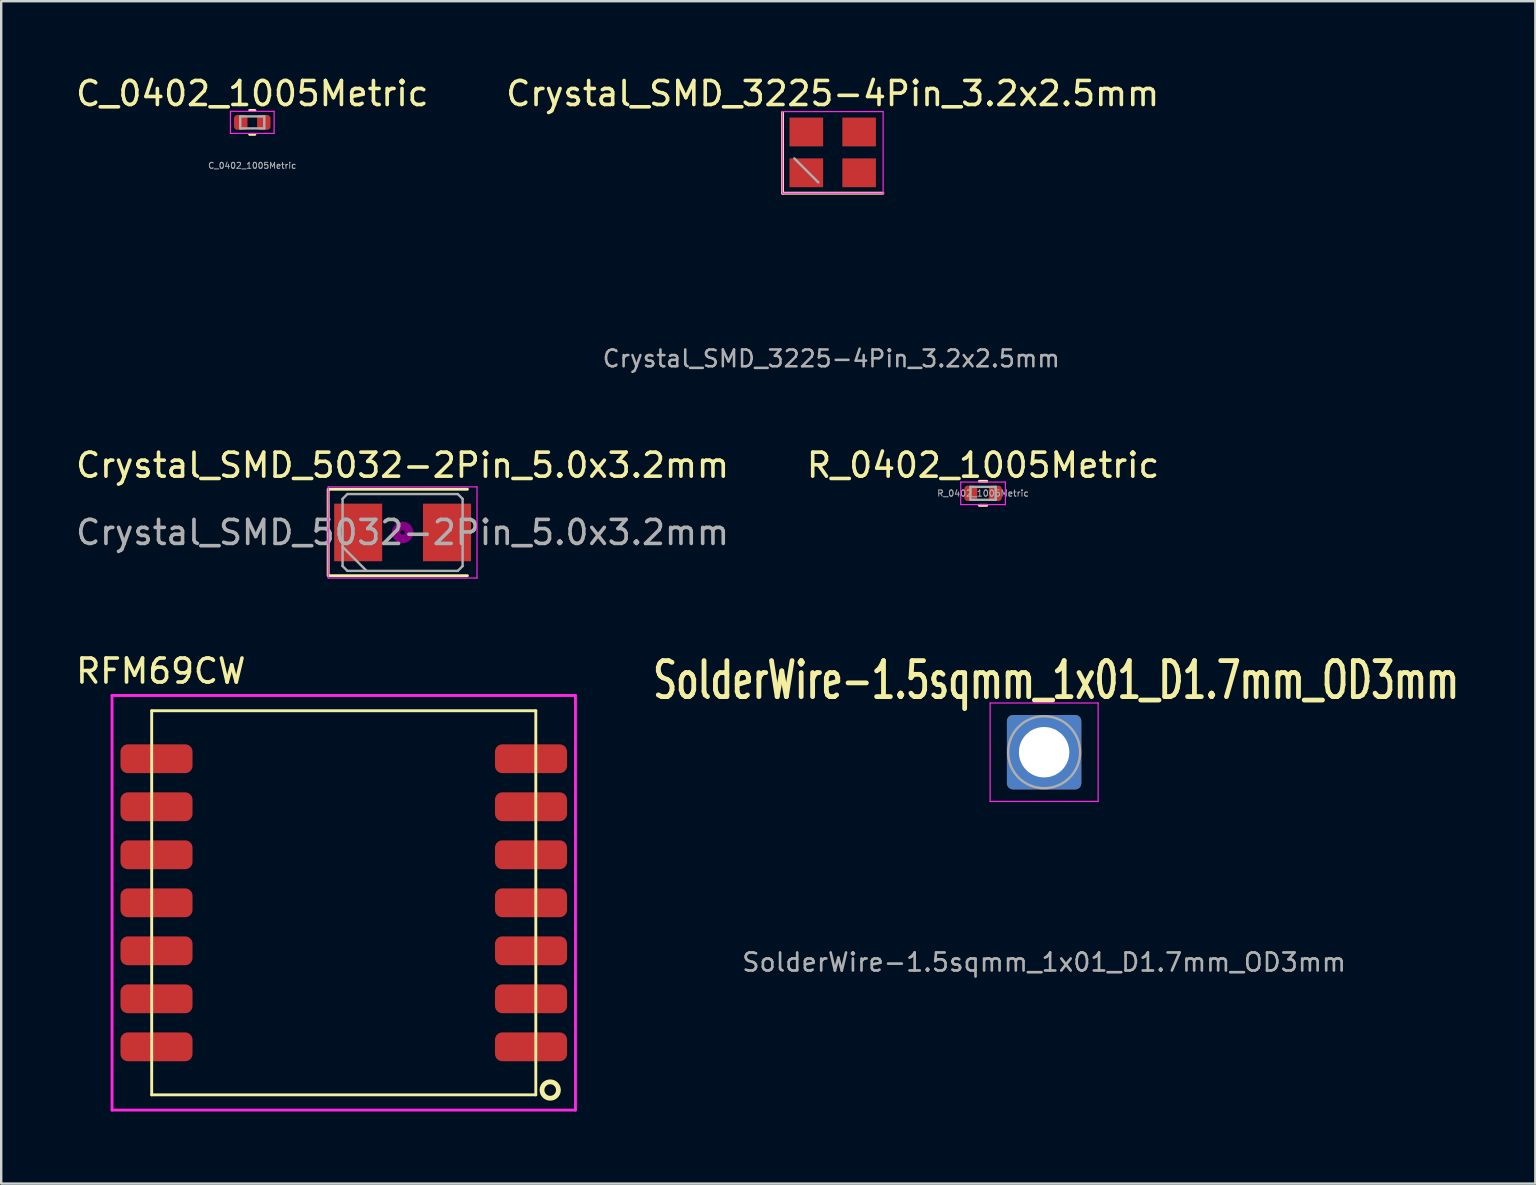
<source format=kicad_pcb>
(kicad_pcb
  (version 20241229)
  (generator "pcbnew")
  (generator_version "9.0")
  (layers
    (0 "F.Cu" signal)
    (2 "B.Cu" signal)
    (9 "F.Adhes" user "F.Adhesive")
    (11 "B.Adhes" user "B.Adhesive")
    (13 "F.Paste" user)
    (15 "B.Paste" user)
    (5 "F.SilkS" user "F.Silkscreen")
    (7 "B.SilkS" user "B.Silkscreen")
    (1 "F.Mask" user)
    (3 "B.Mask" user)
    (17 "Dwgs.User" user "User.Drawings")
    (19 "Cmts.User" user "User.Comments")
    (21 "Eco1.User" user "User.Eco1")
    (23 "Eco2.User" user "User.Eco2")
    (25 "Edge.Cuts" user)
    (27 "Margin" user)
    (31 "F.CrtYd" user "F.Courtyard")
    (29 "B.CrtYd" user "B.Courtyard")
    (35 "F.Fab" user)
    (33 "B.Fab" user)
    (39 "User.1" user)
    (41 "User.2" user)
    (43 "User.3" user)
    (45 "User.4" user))
  (footprint "Crystal_SMD_3225-4Pin_3.2x2.5mm"
    (layer "F.Cu")
    (at 31.637 3.298)
    (property "Reference" "Crystal_SMD_3225-4Pin_3.2x2.5mm" (at 0 -2.45 0) (layer "F.SilkS") (effects (font (size 1 1) (thickness 0.15))))
    (attr smd)
    (fp_line (start -2.09 -1.67) (end -2.09 1.7) (stroke (width 0.12) (type solid)) (layer "F.SilkS"))
    (fp_line (start -2.09 1.7) (end 2.09 1.7) (stroke (width 0.12) (type solid)) (layer "F.SilkS"))
    (fp_line (start -2.1 -1.7) (end -2.1 1.7) (stroke (width 0.05) (type solid)) (layer "F.CrtYd"))
    (fp_line (start -2.1 1.7) (end 2.1 1.7) (stroke (width 0.05) (type solid)) (layer "F.CrtYd"))
    (fp_line (start 2.1 -1.7) (end -2.1 -1.7) (stroke (width 0.05) (type solid)) (layer "F.CrtYd"))
    (fp_line (start 2.1 1.7) (end 2.1 -1.7) (stroke (width 0.05) (type solid)) (layer "F.CrtYd"))
    (fp_line (start -1.6 0.25) (end -0.6 1.25) (stroke (width 0.1) (type solid)) (layer "F.Fab"))
    (fp_text user "${REFERENCE}" (at -0.06 8.59 0) (layer "F.Fab") (effects (font (size 0.7 0.7) (thickness 0.105))))
    (pad "1" smd rect (at -1.1 0.85) (size 1.4 1.2) (layers "F.Cu" "F.Mask" "F.Paste"))
    (pad "2" smd rect (at 1.1 0.85) (size 1.4 1.2) (layers "F.Cu" "F.Mask" "F.Paste"))
    (pad "3" smd rect (at 1.1 -0.85) (size 1.4 1.2) (layers "F.Cu" "F.Mask" "F.Paste"))
    (pad "4" smd rect (at -1.1 -0.85) (size 1.4 1.2) (layers "F.Cu" "F.Mask" "F.Paste")))
  (footprint "C_0402_1005Metric"
    (layer "F.Cu")
    (at 7.458 2.048)
    (property "Reference" "C_0402_1005Metric" (at 0 -1.2 0) (layer "F.SilkS") (effects (font (size 1 1) (thickness 0.15))))
    (attr smd)
    (fp_line (start -0.108 -0.5) (end 0.108 -0.5) (stroke (width 0.12) (type solid)) (layer "F.SilkS"))
    (fp_line (start -0.108 0.5) (end 0.108 0.5) (stroke (width 0.12) (type solid)) (layer "F.SilkS"))
    (fp_line (start -0.91 -0.46) (end 0.91 -0.46) (stroke (width 0.05) (type solid)) (layer "F.CrtYd"))
    (fp_line (start -0.91 0.46) (end -0.91 -0.46) (stroke (width 0.05) (type solid)) (layer "F.CrtYd"))
    (fp_line (start 0.91 -0.46) (end 0.91 0.46) (stroke (width 0.05) (type solid)) (layer "F.CrtYd"))
    (fp_line (start 0.91 0.46) (end -0.91 0.46) (stroke (width 0.05) (type solid)) (layer "F.CrtYd"))
    (fp_line (start -0.5 -0.25) (end 0.5 -0.25) (stroke (width 0.1) (type solid)) (layer "F.Fab"))
    (fp_line (start -0.5 0.25) (end -0.5 -0.25) (stroke (width 0.1) (type solid)) (layer "F.Fab"))
    (fp_line (start 0.5 -0.25) (end 0.5 0.25) (stroke (width 0.1) (type solid)) (layer "F.Fab"))
    (fp_line (start 0.5 0.25) (end -0.5 0.25) (stroke (width 0.1) (type solid)) (layer "F.Fab"))
    (fp_text user "${REFERENCE}" (at 0 1.8 0) (layer "F.Fab") (effects (font (size 0.25 0.25) (thickness 0.04))))
    (pad "1" smd roundrect (at -0.48 0) (size 0.56 0.62) (layers "F.Cu" "F.Mask" "F.Paste") (roundrect_rratio 0.25))
    (pad "2" smd roundrect (at 0.48 0) (size 0.56 0.62) (layers "F.Cu" "F.Mask" "F.Paste") (roundrect_rratio 0.25)))
  (footprint "SolderWire-1.5sqmm_1x01_D1.7mm_OD3mm"
    (layer "F.Cu")
    (at 40.443 28.284)
    (property "Reference" "SolderWire-1.5sqmm_1x01_D1.7mm_OD3mm" (at 0.5 -3 0) (layer "F.SilkS") (effects (font (size 1.5 1) (thickness 0.2) (bold yes))))
    (attr exclude_from_pos_files exclude_from_bom)
    (fp_line (start -2.25 -2.05) (end -2.25 2.05) (stroke (width 0.05) (type solid)) (layer "F.CrtYd"))
    (fp_line (start -2.25 2.05) (end 2.25 2.05) (stroke (width 0.05) (type solid)) (layer "F.CrtYd"))
    (fp_line (start 2.25 -2.05) (end -2.25 -2.05) (stroke (width 0.05) (type solid)) (layer "F.CrtYd"))
    (fp_line (start 2.25 2.05) (end 2.25 -2.05) (stroke (width 0.05) (type solid)) (layer "F.CrtYd"))
    (fp_circle (center 0 0) (end 1.5 0) (stroke (width 0.1) (type solid)) (fill no) (layer "F.Fab"))
    (fp_text user "${REFERENCE}" (at 0 8.75 0) (layer "F.Fab") (effects (font (size 0.75 0.75) (thickness 0.11))))
    (pad "1" thru_hole roundrect (at 0 0) (size 3.1 3.1) (drill 2.1) (layers "*.Cu" "*.Mask") (roundrect_rratio 0.081)))
  (footprint "R_0402_1005Metric"
    (layer "F.Cu")
    (at 37.899 17.5)
    (property "Reference" "R_0402_1005Metric" (at 0 -1.17 0) (layer "F.SilkS") (effects (font (size 1 1) (thickness 0.15))))
    (attr smd)
    (fp_line (start -0.154 -0.5) (end 0.154 -0.5) (stroke (width 0.12) (type solid)) (layer "F.SilkS"))
    (fp_line (start -0.154 0.5) (end 0.154 0.5) (stroke (width 0.12) (type solid)) (layer "F.SilkS"))
    (fp_line (start -0.93 -0.47) (end 0.93 -0.47) (stroke (width 0.05) (type solid)) (layer "F.CrtYd"))
    (fp_line (start -0.93 0.47) (end -0.93 -0.47) (stroke (width 0.05) (type solid)) (layer "F.CrtYd"))
    (fp_line (start 0.93 -0.47) (end 0.93 0.47) (stroke (width 0.05) (type solid)) (layer "F.CrtYd"))
    (fp_line (start 0.93 0.47) (end -0.93 0.47) (stroke (width 0.05) (type solid)) (layer "F.CrtYd"))
    (fp_line (start -0.525 -0.27) (end 0.525 -0.27) (stroke (width 0.1) (type solid)) (layer "F.Fab"))
    (fp_line (start -0.525 0.27) (end -0.525 -0.27) (stroke (width 0.1) (type solid)) (layer "F.Fab"))
    (fp_line (start 0.525 -0.27) (end 0.525 0.27) (stroke (width 0.1) (type solid)) (layer "F.Fab"))
    (fp_line (start 0.525 0.27) (end -0.525 0.27) (stroke (width 0.1) (type solid)) (layer "F.Fab"))
    (fp_text user "${REFERENCE}" (at 0 0 0) (layer "F.Fab") (effects (font (size 0.26 0.26) (thickness 0.04))))
    (pad "1" smd roundrect (at -0.51 0) (size 0.54 0.64) (layers "F.Cu" "F.Mask" "F.Paste") (roundrect_rratio 0.25))
    (pad "2" smd roundrect (at 0.51 0) (size 0.54 0.64) (layers "F.Cu" "F.Mask" "F.Paste") (roundrect_rratio 0.25)))
  (footprint "RFM69CW"
    (layer "F.Cu")
    (at 11.269 34.556)
    (property "Reference" "RFM69CW" (at -7.62 -9.652 180) (layer "F.SilkS") (effects (font (size 1 1) (thickness 0.15))))
    (attr through_hole)
    (fp_line (start -8 -8) (end -8 8) (stroke (width 0.12) (type solid)) (layer "F.SilkS"))
    (fp_line (start -8 -8) (end 8 -8) (stroke (width 0.12) (type solid)) (layer "F.SilkS"))
    (fp_line (start -8 8) (end 8 8) (stroke (width 0.12) (type solid)) (layer "F.SilkS"))
    (fp_line (start 8 -8) (end 8 8) (stroke (width 0.12) (type solid)) (layer "F.SilkS"))
    (fp_circle (center 8.6 7.8) (end 8.942 7.8) (stroke (width 0.2) (type solid)) (fill no) (layer "F.SilkS"))
    (fp_line (start -9.652 -8.636) (end -9.652 8.636) (stroke (width 0.12) (type solid)) (layer "F.CrtYd"))
    (fp_line (start -9.652 8.636) (end 9.652 8.636) (stroke (width 0.12) (type solid)) (layer "F.CrtYd"))
    (fp_line (start 9.652 -8.636) (end -9.652 -8.636) (stroke (width 0.12) (type solid)) (layer "F.CrtYd"))
    (fp_line (start 9.652 8.636) (end 9.652 -8.636) (stroke (width 0.12) (type solid)) (layer "F.CrtYd"))
    (pad "1" smd roundrect (at 6.8 6) (size 3 1.2) (drill (offset 1 0)) (layers "F.Cu" "F.Mask" "F.Paste") (roundrect_rratio 0.25))
    (pad "2" smd roundrect (at 6.8 4) (size 3 1.2) (drill (offset 1 0)) (layers "F.Cu" "F.Mask" "F.Paste") (roundrect_rratio 0.25))
    (pad "3" smd roundrect (at 6.8 2) (size 3 1.2) (drill (offset 1 0)) (layers "F.Cu" "F.Mask" "F.Paste") (roundrect_rratio 0.25))
    (pad "4" smd roundrect (at 6.8 0) (size 3 1.2) (drill (offset 1 0)) (layers "F.Cu" "F.Mask" "F.Paste") (roundrect_rratio 0.25))
    (pad "5" smd roundrect (at 6.8 -2) (size 3 1.2) (drill (offset 1 0)) (layers "F.Cu" "F.Mask" "F.Paste") (roundrect_rratio 0.25))
    (pad "6" smd roundrect (at 6.8 -4) (size 3 1.2) (drill (offset 1 0)) (layers "F.Cu" "F.Mask" "F.Paste") (roundrect_rratio 0.25))
    (pad "7" smd roundrect (at 6.8 -6) (size 3 1.2) (drill (offset 1 0)) (layers "F.Cu" "F.Mask" "F.Paste") (roundrect_rratio 0.25))
    (pad "8" smd roundrect (at -6.8 -6) (size 3 1.2) (drill (offset -1 0)) (layers "F.Cu" "F.Mask" "F.Paste") (roundrect_rratio 0.25))
    (pad "9" smd roundrect (at -6.8 -4) (size 3 1.2) (drill (offset -1 0)) (layers "F.Cu" "F.Mask" "F.Paste") (roundrect_rratio 0.25))
    (pad "10" smd roundrect (at -6.8 -2) (size 3 1.2) (drill (offset -1 0)) (layers "F.Cu" "F.Mask" "F.Paste") (roundrect_rratio 0.25))
    (pad "11" smd roundrect (at -6.8 0) (size 3 1.2) (drill (offset -1 0)) (layers "F.Cu" "F.Mask" "F.Paste") (roundrect_rratio 0.25))
    (pad "12" smd roundrect (at -6.8 2) (size 3 1.2) (drill (offset -1 0)) (layers "F.Cu" "F.Mask" "F.Paste") (roundrect_rratio 0.25))
    (pad "13" smd roundrect (at -6.8 4) (size 3 1.2) (drill (offset -1 0)) (layers "F.Cu" "F.Mask" "F.Paste") (roundrect_rratio 0.25))
    (pad "14" smd roundrect (at -6.8 6) (size 3 1.2) (drill (offset -1 0)) (layers "F.Cu" "F.Mask" "F.Paste") (roundrect_rratio 0.25)))
  (footprint "Crystal_SMD_5032-2Pin_5.0x3.2mm"
    (layer "F.Cu")
    (at 13.72 19.13)
    (property "Reference" "Crystal_SMD_5032-2Pin_5.0x3.2mm" (at 0 -2.8 0) (layer "F.SilkS") (effects (font (size 1 1) (thickness 0.15))))
    (attr smd)
    (fp_line (start -3.1 -1.8) (end -3.1 1.8) (stroke (width 0.12) (type solid)) (layer "F.SilkS"))
    (fp_line (start -3.05 1.8) (end 2.7 1.8) (stroke (width 0.12) (type solid)) (layer "F.SilkS"))
    (fp_line (start 2.7 -1.8) (end -3.05 -1.8) (stroke (width 0.12) (type solid)) (layer "F.SilkS"))
    (fp_circle (center 0 0) (end 0.093 0) (stroke (width 0.187) (type solid)) (fill no) (layer "F.Adhes"))
    (fp_circle (center 0 0) (end 0.213 0) (stroke (width 0.133) (type solid)) (fill no) (layer "F.Adhes"))
    (fp_circle (center 0 0) (end 0.333 0) (stroke (width 0.133) (type solid)) (fill no) (layer "F.Adhes"))
    (fp_circle (center 0 0) (end 0.4 0) (stroke (width 0.1) (type solid)) (fill no) (layer "F.Adhes"))
    (fp_line (start -3.1 -1.9) (end -3.1 1.9) (stroke (width 0.05) (type solid)) (layer "F.CrtYd"))
    (fp_line (start -3.1 1.9) (end 3.1 1.9) (stroke (width 0.05) (type solid)) (layer "F.CrtYd"))
    (fp_line (start 3.1 -1.9) (end -3.1 -1.9) (stroke (width 0.05) (type solid)) (layer "F.CrtYd"))
    (fp_line (start 3.1 1.9) (end 3.1 -1.9) (stroke (width 0.05) (type solid)) (layer "F.CrtYd"))
    (fp_line (start -2.5 -1.4) (end -2.3 -1.6) (stroke (width 0.1) (type solid)) (layer "F.Fab"))
    (fp_line (start -2.5 0.6) (end -1.5 1.6) (stroke (width 0.1) (type solid)) (layer "F.Fab"))
    (fp_line (start -2.5 1.4) (end -2.5 -1.4) (stroke (width 0.1) (type solid)) (layer "F.Fab"))
    (fp_line (start -2.3 -1.6) (end 2.3 -1.6) (stroke (width 0.1) (type solid)) (layer "F.Fab"))
    (fp_line (start -2.3 1.6) (end -2.5 1.4) (stroke (width 0.1) (type solid)) (layer "F.Fab"))
    (fp_line (start 2.3 -1.6) (end 2.5 -1.4) (stroke (width 0.1) (type solid)) (layer "F.Fab"))
    (fp_line (start 2.3 1.6) (end -2.3 1.6) (stroke (width 0.1) (type solid)) (layer "F.Fab"))
    (fp_line (start 2.5 -1.4) (end 2.5 1.4) (stroke (width 0.1) (type solid)) (layer "F.Fab"))
    (fp_line (start 2.5 1.4) (end 2.3 1.6) (stroke (width 0.1) (type solid)) (layer "F.Fab"))
    (fp_text user "${REFERENCE}" (at 0 0 0) (layer "F.Fab") (effects (font (size 1 1) (thickness 0.15))))
    (pad "1" smd rect (at -1.85 0) (size 2 2.4) (layers "F.Cu" "F.Mask" "F.Paste"))
    (pad "2" smd rect (at 1.85 0) (size 2 2.4) (layers "F.Cu" "F.Mask" "F.Paste")))
  (gr_rect
    (start -3 -3)
    (end 60.905 46.252)
    (stroke (width 0.1) (type default))
    (fill no)
    (layer "Edge.Cuts")))
</source>
